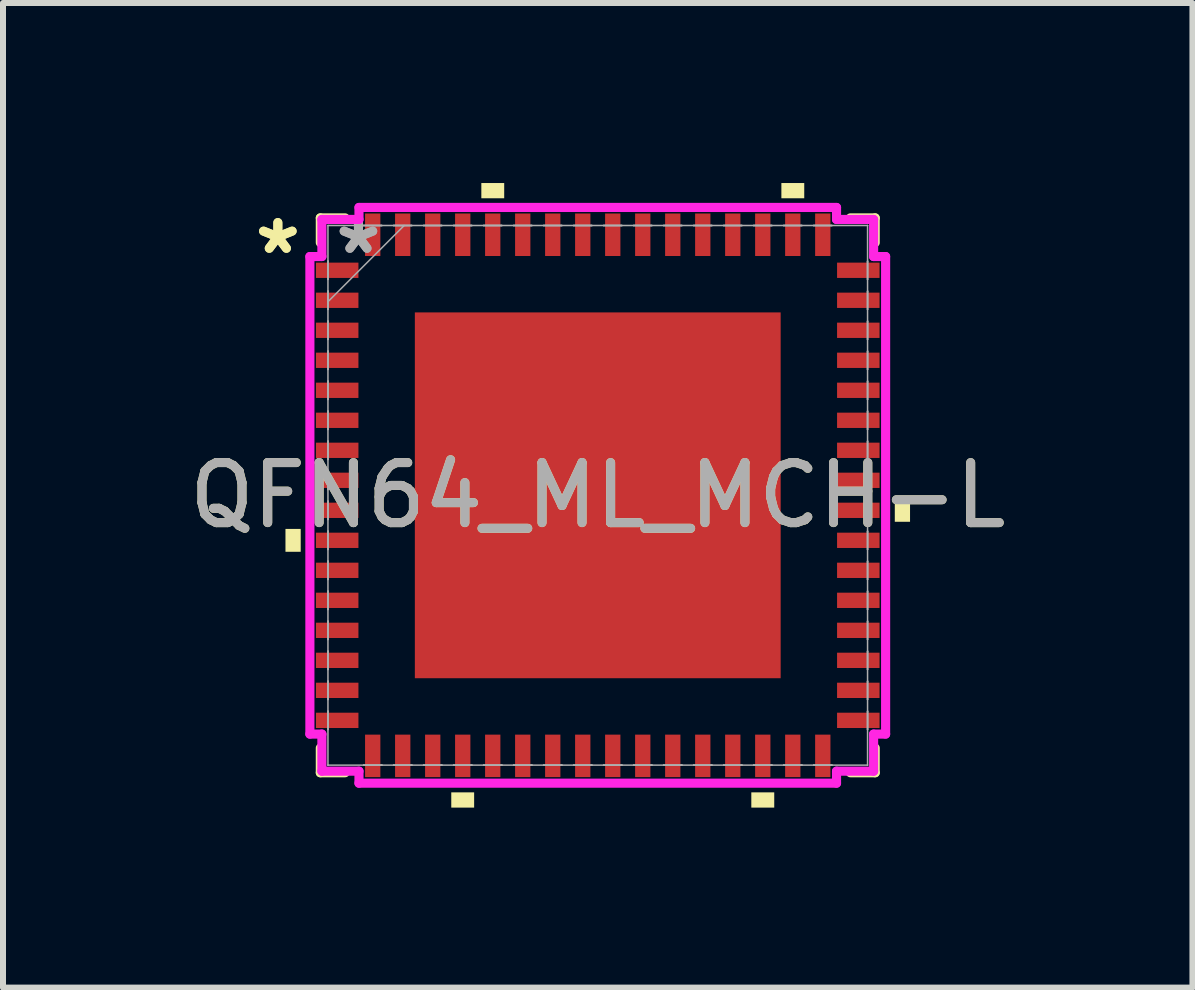
<source format=kicad_pcb>
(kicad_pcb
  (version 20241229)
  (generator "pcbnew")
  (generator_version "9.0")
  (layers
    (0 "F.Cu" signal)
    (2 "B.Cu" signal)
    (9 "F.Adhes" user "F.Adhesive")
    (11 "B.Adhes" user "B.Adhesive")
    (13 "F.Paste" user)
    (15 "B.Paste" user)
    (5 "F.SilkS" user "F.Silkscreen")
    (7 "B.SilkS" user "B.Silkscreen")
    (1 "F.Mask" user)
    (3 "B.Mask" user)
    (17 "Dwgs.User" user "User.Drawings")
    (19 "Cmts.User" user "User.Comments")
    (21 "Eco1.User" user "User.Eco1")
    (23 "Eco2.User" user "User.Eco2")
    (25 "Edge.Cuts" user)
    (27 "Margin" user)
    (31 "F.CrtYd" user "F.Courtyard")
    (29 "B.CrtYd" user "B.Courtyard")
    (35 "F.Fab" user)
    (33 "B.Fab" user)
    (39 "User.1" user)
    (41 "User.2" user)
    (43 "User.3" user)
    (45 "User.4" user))
  (footprint "QFN64_ML_MCH-L"
    (layer "F.Cu")
    (at 6.911 5.204)
    (property "Reference" "QFN64_ML_MCH-L" (at 0 0 0) (unlocked yes) (layer "F.SilkS") (effects (font (size 1 1) (thickness 0.15))))
    (attr smd)
    (fp_line (start -4.623 -4.623) (end -4.623 -4.21) (stroke (width 0.152) (type solid)) (layer "F.SilkS"))
    (fp_line (start -4.623 4.21) (end -4.623 4.623) (stroke (width 0.152) (type solid)) (layer "F.SilkS"))
    (fp_line (start -4.623 4.623) (end -4.21 4.623) (stroke (width 0.152) (type solid)) (layer "F.SilkS"))
    (fp_line (start -4.21 -4.623) (end -4.623 -4.623) (stroke (width 0.152) (type solid)) (layer "F.SilkS"))
    (fp_line (start 4.21 4.623) (end 4.623 4.623) (stroke (width 0.152) (type solid)) (layer "F.SilkS"))
    (fp_line (start 4.623 -4.623) (end 4.21 -4.623) (stroke (width 0.152) (type solid)) (layer "F.SilkS"))
    (fp_line (start 4.623 -4.21) (end 4.623 -4.623) (stroke (width 0.152) (type solid)) (layer "F.SilkS"))
    (fp_line (start 4.623 4.623) (end 4.623 4.21) (stroke (width 0.152) (type solid)) (layer "F.SilkS"))
    (fp_poly (pts (xy -5.204 0.56) (xy -5.204 0.941) (xy -4.95 0.941) (xy -4.95 0.56)) (stroke (width 0) (type solid)) (fill yes) (layer "F.SilkS"))
    (fp_poly (pts (xy -2.441 4.95) (xy -2.441 5.204) (xy -2.06 5.204) (xy -2.06 4.95)) (stroke (width 0) (type solid)) (fill yes) (layer "F.SilkS"))
    (fp_poly (pts (xy -1.94 -4.95) (xy -1.94 -5.204) (xy -1.559 -5.204) (xy -1.559 -4.95)) (stroke (width 0) (type solid)) (fill yes) (layer "F.SilkS"))
    (fp_poly (pts (xy 2.559 4.95) (xy 2.559 5.204) (xy 2.941 5.204) (xy 2.941 4.95)) (stroke (width 0) (type solid)) (fill yes) (layer "F.SilkS"))
    (fp_poly (pts (xy 3.06 -4.95) (xy 3.06 -5.204) (xy 3.441 -5.204) (xy 3.441 -4.95)) (stroke (width 0) (type solid)) (fill yes) (layer "F.SilkS"))
    (fp_poly (pts (xy 5.204 0.059) (xy 5.204 0.441) (xy 4.95 0.441) (xy 4.95 0.059)) (stroke (width 0) (type solid)) (fill yes) (layer "F.SilkS"))
    (fp_poly (pts (xy -2.948 -2.948) (xy -2.948 -1.624) (xy -1.624 -1.624) (xy -1.624 -2.948)) (stroke (width 0) (type solid)) (fill yes) (layer "F.Paste"))
    (fp_poly (pts (xy -2.948 -1.424) (xy -2.948 -0.1) (xy -1.624 -0.1) (xy -1.624 -1.424)) (stroke (width 0) (type solid)) (fill yes) (layer "F.Paste"))
    (fp_poly (pts (xy -2.948 0.1) (xy -2.948 1.424) (xy -1.624 1.424) (xy -1.624 0.1)) (stroke (width 0) (type solid)) (fill yes) (layer "F.Paste"))
    (fp_poly (pts (xy -2.948 1.624) (xy -2.948 2.948) (xy -1.624 2.948) (xy -1.624 1.624)) (stroke (width 0) (type solid)) (fill yes) (layer "F.Paste"))
    (fp_poly (pts (xy -1.424 -2.948) (xy -1.424 -1.624) (xy -0.1 -1.624) (xy -0.1 -2.948)) (stroke (width 0) (type solid)) (fill yes) (layer "F.Paste"))
    (fp_poly (pts (xy -1.424 -1.424) (xy -1.424 -0.1) (xy -0.1 -0.1) (xy -0.1 -1.424)) (stroke (width 0) (type solid)) (fill yes) (layer "F.Paste"))
    (fp_poly (pts (xy -1.424 0.1) (xy -1.424 1.424) (xy -0.1 1.424) (xy -0.1 0.1)) (stroke (width 0) (type solid)) (fill yes) (layer "F.Paste"))
    (fp_poly (pts (xy -1.424 1.624) (xy -1.424 2.948) (xy -0.1 2.948) (xy -0.1 1.624)) (stroke (width 0) (type solid)) (fill yes) (layer "F.Paste"))
    (fp_poly (pts (xy 0.1 -2.948) (xy 0.1 -1.624) (xy 1.424 -1.624) (xy 1.424 -2.948)) (stroke (width 0) (type solid)) (fill yes) (layer "F.Paste"))
    (fp_poly (pts (xy 0.1 -1.424) (xy 0.1 -0.1) (xy 1.424 -0.1) (xy 1.424 -1.424)) (stroke (width 0) (type solid)) (fill yes) (layer "F.Paste"))
    (fp_poly (pts (xy 0.1 0.1) (xy 0.1 1.424) (xy 1.424 1.424) (xy 1.424 0.1)) (stroke (width 0) (type solid)) (fill yes) (layer "F.Paste"))
    (fp_poly (pts (xy 0.1 1.624) (xy 0.1 2.948) (xy 1.424 2.948) (xy 1.424 1.624)) (stroke (width 0) (type solid)) (fill yes) (layer "F.Paste"))
    (fp_poly (pts (xy 1.624 -2.948) (xy 1.624 -1.624) (xy 2.948 -1.624) (xy 2.948 -2.948)) (stroke (width 0) (type solid)) (fill yes) (layer "F.Paste"))
    (fp_poly (pts (xy 1.624 -1.424) (xy 1.624 -0.1) (xy 2.948 -0.1) (xy 2.948 -1.424)) (stroke (width 0) (type solid)) (fill yes) (layer "F.Paste"))
    (fp_poly (pts (xy 1.624 0.1) (xy 1.624 1.424) (xy 2.948 1.424) (xy 2.948 0.1)) (stroke (width 0) (type solid)) (fill yes) (layer "F.Paste"))
    (fp_poly (pts (xy 1.624 1.624) (xy 1.624 2.948) (xy 2.948 2.948) (xy 2.948 1.624)) (stroke (width 0) (type solid)) (fill yes) (layer "F.Paste"))
    (fp_line (start -4.797 -3.979) (end -4.597 -3.979) (stroke (width 0.152) (type solid)) (layer "F.CrtYd"))
    (fp_line (start -4.797 3.979) (end -4.797 -3.979) (stroke (width 0.152) (type solid)) (layer "F.CrtYd"))
    (fp_line (start -4.597 -4.597) (end -3.979 -4.597) (stroke (width 0.152) (type solid)) (layer "F.CrtYd"))
    (fp_line (start -4.597 -3.979) (end -4.597 -4.597) (stroke (width 0.152) (type solid)) (layer "F.CrtYd"))
    (fp_line (start -4.597 3.979) (end -4.797 3.979) (stroke (width 0.152) (type solid)) (layer "F.CrtYd"))
    (fp_line (start -4.597 4.597) (end -4.597 3.979) (stroke (width 0.152) (type solid)) (layer "F.CrtYd"))
    (fp_line (start -3.979 -4.797) (end 3.979 -4.797) (stroke (width 0.152) (type solid)) (layer "F.CrtYd"))
    (fp_line (start -3.979 -4.597) (end -3.979 -4.797) (stroke (width 0.152) (type solid)) (layer "F.CrtYd"))
    (fp_line (start -3.979 4.597) (end -4.597 4.597) (stroke (width 0.152) (type solid)) (layer "F.CrtYd"))
    (fp_line (start -3.979 4.797) (end -3.979 4.597) (stroke (width 0.152) (type solid)) (layer "F.CrtYd"))
    (fp_line (start 3.979 -4.797) (end 3.979 -4.597) (stroke (width 0.152) (type solid)) (layer "F.CrtYd"))
    (fp_line (start 3.979 -4.597) (end 4.597 -4.597) (stroke (width 0.152) (type solid)) (layer "F.CrtYd"))
    (fp_line (start 3.979 4.597) (end 3.979 4.797) (stroke (width 0.152) (type solid)) (layer "F.CrtYd"))
    (fp_line (start 3.979 4.797) (end -3.979 4.797) (stroke (width 0.152) (type solid)) (layer "F.CrtYd"))
    (fp_line (start 4.597 -4.597) (end 4.597 -3.979) (stroke (width 0.152) (type solid)) (layer "F.CrtYd"))
    (fp_line (start 4.597 -3.979) (end 4.797 -3.979) (stroke (width 0.152) (type solid)) (layer "F.CrtYd"))
    (fp_line (start 4.597 3.979) (end 4.597 4.597) (stroke (width 0.152) (type solid)) (layer "F.CrtYd"))
    (fp_line (start 4.597 4.597) (end 3.979 4.597) (stroke (width 0.152) (type solid)) (layer "F.CrtYd"))
    (fp_line (start 4.797 -3.979) (end 4.797 3.979) (stroke (width 0.152) (type solid)) (layer "F.CrtYd"))
    (fp_line (start 4.797 3.979) (end 4.597 3.979) (stroke (width 0.152) (type solid)) (layer "F.CrtYd"))
    (fp_line (start -4.496 -4.496) (end -4.496 -4.496) (stroke (width 0.025) (type solid)) (layer "F.Fab"))
    (fp_line (start -4.496 -4.496) (end -4.496 4.496) (stroke (width 0.025) (type solid)) (layer "F.Fab"))
    (fp_line (start -4.496 -3.902) (end -4.496 -3.902) (stroke (width 0.025) (type solid)) (layer "F.Fab"))
    (fp_line (start -4.496 -3.902) (end -4.496 -3.598) (stroke (width 0.025) (type solid)) (layer "F.Fab"))
    (fp_line (start -4.496 -3.598) (end -4.496 -3.902) (stroke (width 0.025) (type solid)) (layer "F.Fab"))
    (fp_line (start -4.496 -3.598) (end -4.496 -3.598) (stroke (width 0.025) (type solid)) (layer "F.Fab"))
    (fp_line (start -4.496 -3.402) (end -4.496 -3.402) (stroke (width 0.025) (type solid)) (layer "F.Fab"))
    (fp_line (start -4.496 -3.402) (end -4.496 -3.098) (stroke (width 0.025) (type solid)) (layer "F.Fab"))
    (fp_line (start -4.496 -3.226) (end -3.226 -4.496) (stroke (width 0.025) (type solid)) (layer "F.Fab"))
    (fp_line (start -4.496 -3.098) (end -4.496 -3.402) (stroke (width 0.025) (type solid)) (layer "F.Fab"))
    (fp_line (start -4.496 -3.098) (end -4.496 -3.098) (stroke (width 0.025) (type solid)) (layer "F.Fab"))
    (fp_line (start -4.496 -2.902) (end -4.496 -2.902) (stroke (width 0.025) (type solid)) (layer "F.Fab"))
    (fp_line (start -4.496 -2.902) (end -4.496 -2.598) (stroke (width 0.025) (type solid)) (layer "F.Fab"))
    (fp_line (start -4.496 -2.598) (end -4.496 -2.902) (stroke (width 0.025) (type solid)) (layer "F.Fab"))
    (fp_line (start -4.496 -2.598) (end -4.496 -2.598) (stroke (width 0.025) (type solid)) (layer "F.Fab"))
    (fp_line (start -4.496 -2.402) (end -4.496 -2.402) (stroke (width 0.025) (type solid)) (layer "F.Fab"))
    (fp_line (start -4.496 -2.402) (end -4.496 -2.098) (stroke (width 0.025) (type solid)) (layer "F.Fab"))
    (fp_line (start -4.496 -2.098) (end -4.496 -2.402) (stroke (width 0.025) (type solid)) (layer "F.Fab"))
    (fp_line (start -4.496 -2.098) (end -4.496 -2.098) (stroke (width 0.025) (type solid)) (layer "F.Fab"))
    (fp_line (start -4.496 -1.902) (end -4.496 -1.902) (stroke (width 0.025) (type solid)) (layer "F.Fab"))
    (fp_line (start -4.496 -1.902) (end -4.496 -1.598) (stroke (width 0.025) (type solid)) (layer "F.Fab"))
    (fp_line (start -4.496 -1.598) (end -4.496 -1.902) (stroke (width 0.025) (type solid)) (layer "F.Fab"))
    (fp_line (start -4.496 -1.598) (end -4.496 -1.598) (stroke (width 0.025) (type solid)) (layer "F.Fab"))
    (fp_line (start -4.496 -1.402) (end -4.496 -1.402) (stroke (width 0.025) (type solid)) (layer "F.Fab"))
    (fp_line (start -4.496 -1.402) (end -4.496 -1.098) (stroke (width 0.025) (type solid)) (layer "F.Fab"))
    (fp_line (start -4.496 -1.098) (end -4.496 -1.402) (stroke (width 0.025) (type solid)) (layer "F.Fab"))
    (fp_line (start -4.496 -1.098) (end -4.496 -1.098) (stroke (width 0.025) (type solid)) (layer "F.Fab"))
    (fp_line (start -4.496 -0.902) (end -4.496 -0.902) (stroke (width 0.025) (type solid)) (layer "F.Fab"))
    (fp_line (start -4.496 -0.902) (end -4.496 -0.598) (stroke (width 0.025) (type solid)) (layer "F.Fab"))
    (fp_line (start -4.496 -0.598) (end -4.496 -0.902) (stroke (width 0.025) (type solid)) (layer "F.Fab"))
    (fp_line (start -4.496 -0.598) (end -4.496 -0.598) (stroke (width 0.025) (type solid)) (layer "F.Fab"))
    (fp_line (start -4.496 -0.402) (end -4.496 -0.402) (stroke (width 0.025) (type solid)) (layer "F.Fab"))
    (fp_line (start -4.496 -0.402) (end -4.496 -0.098) (stroke (width 0.025) (type solid)) (layer "F.Fab"))
    (fp_line (start -4.496 -0.098) (end -4.496 -0.402) (stroke (width 0.025) (type solid)) (layer "F.Fab"))
    (fp_line (start -4.496 -0.098) (end -4.496 -0.098) (stroke (width 0.025) (type solid)) (layer "F.Fab"))
    (fp_line (start -4.496 0.098) (end -4.496 0.098) (stroke (width 0.025) (type solid)) (layer "F.Fab"))
    (fp_line (start -4.496 0.098) (end -4.496 0.402) (stroke (width 0.025) (type solid)) (layer "F.Fab"))
    (fp_line (start -4.496 0.402) (end -4.496 0.098) (stroke (width 0.025) (type solid)) (layer "F.Fab"))
    (fp_line (start -4.496 0.402) (end -4.496 0.402) (stroke (width 0.025) (type solid)) (layer "F.Fab"))
    (fp_line (start -4.496 0.598) (end -4.496 0.598) (stroke (width 0.025) (type solid)) (layer "F.Fab"))
    (fp_line (start -4.496 0.598) (end -4.496 0.902) (stroke (width 0.025) (type solid)) (layer "F.Fab"))
    (fp_line (start -4.496 0.902) (end -4.496 0.598) (stroke (width 0.025) (type solid)) (layer "F.Fab"))
    (fp_line (start -4.496 0.902) (end -4.496 0.902) (stroke (width 0.025) (type solid)) (layer "F.Fab"))
    (fp_line (start -4.496 1.098) (end -4.496 1.098) (stroke (width 0.025) (type solid)) (layer "F.Fab"))
    (fp_line (start -4.496 1.098) (end -4.496 1.402) (stroke (width 0.025) (type solid)) (layer "F.Fab"))
    (fp_line (start -4.496 1.402) (end -4.496 1.098) (stroke (width 0.025) (type solid)) (layer "F.Fab"))
    (fp_line (start -4.496 1.402) (end -4.496 1.402) (stroke (width 0.025) (type solid)) (layer "F.Fab"))
    (fp_line (start -4.496 1.598) (end -4.496 1.598) (stroke (width 0.025) (type solid)) (layer "F.Fab"))
    (fp_line (start -4.496 1.598) (end -4.496 1.902) (stroke (width 0.025) (type solid)) (layer "F.Fab"))
    (fp_line (start -4.496 1.902) (end -4.496 1.598) (stroke (width 0.025) (type solid)) (layer "F.Fab"))
    (fp_line (start -4.496 1.902) (end -4.496 1.902) (stroke (width 0.025) (type solid)) (layer "F.Fab"))
    (fp_line (start -4.496 2.098) (end -4.496 2.098) (stroke (width 0.025) (type solid)) (layer "F.Fab"))
    (fp_line (start -4.496 2.098) (end -4.496 2.402) (stroke (width 0.025) (type solid)) (layer "F.Fab"))
    (fp_line (start -4.496 2.402) (end -4.496 2.098) (stroke (width 0.025) (type solid)) (layer "F.Fab"))
    (fp_line (start -4.496 2.402) (end -4.496 2.402) (stroke (width 0.025) (type solid)) (layer "F.Fab"))
    (fp_line (start -4.496 2.598) (end -4.496 2.598) (stroke (width 0.025) (type solid)) (layer "F.Fab"))
    (fp_line (start -4.496 2.598) (end -4.496 2.902) (stroke (width 0.025) (type solid)) (layer "F.Fab"))
    (fp_line (start -4.496 2.902) (end -4.496 2.598) (stroke (width 0.025) (type solid)) (layer "F.Fab"))
    (fp_line (start -4.496 2.902) (end -4.496 2.902) (stroke (width 0.025) (type solid)) (layer "F.Fab"))
    (fp_line (start -4.496 3.098) (end -4.496 3.098) (stroke (width 0.025) (type solid)) (layer "F.Fab"))
    (fp_line (start -4.496 3.098) (end -4.496 3.402) (stroke (width 0.025) (type solid)) (layer "F.Fab"))
    (fp_line (start -4.496 3.402) (end -4.496 3.098) (stroke (width 0.025) (type solid)) (layer "F.Fab"))
    (fp_line (start -4.496 3.402) (end -4.496 3.402) (stroke (width 0.025) (type solid)) (layer "F.Fab"))
    (fp_line (start -4.496 3.598) (end -4.496 3.598) (stroke (width 0.025) (type solid)) (layer "F.Fab"))
    (fp_line (start -4.496 3.598) (end -4.496 3.902) (stroke (width 0.025) (type solid)) (layer "F.Fab"))
    (fp_line (start -4.496 3.902) (end -4.496 3.598) (stroke (width 0.025) (type solid)) (layer "F.Fab"))
    (fp_line (start -4.496 3.902) (end -4.496 3.902) (stroke (width 0.025) (type solid)) (layer "F.Fab"))
    (fp_line (start -4.496 4.496) (end -4.496 4.496) (stroke (width 0.025) (type solid)) (layer "F.Fab"))
    (fp_line (start -4.496 4.496) (end 4.496 4.496) (stroke (width 0.025) (type solid)) (layer "F.Fab"))
    (fp_line (start -3.902 -4.496) (end -3.902 -4.496) (stroke (width 0.025) (type solid)) (layer "F.Fab"))
    (fp_line (start -3.902 -4.496) (end -3.598 -4.496) (stroke (width 0.025) (type solid)) (layer "F.Fab"))
    (fp_line (start -3.902 4.496) (end -3.902 4.496) (stroke (width 0.025) (type solid)) (layer "F.Fab"))
    (fp_line (start -3.902 4.496) (end -3.598 4.496) (stroke (width 0.025) (type solid)) (layer "F.Fab"))
    (fp_line (start -3.598 -4.496) (end -3.902 -4.496) (stroke (width 0.025) (type solid)) (layer "F.Fab"))
    (fp_line (start -3.598 -4.496) (end -3.598 -4.496) (stroke (width 0.025) (type solid)) (layer "F.Fab"))
    (fp_line (start -3.598 4.496) (end -3.902 4.496) (stroke (width 0.025) (type solid)) (layer "F.Fab"))
    (fp_line (start -3.598 4.496) (end -3.598 4.496) (stroke (width 0.025) (type solid)) (layer "F.Fab"))
    (fp_line (start -3.402 -4.496) (end -3.402 -4.496) (stroke (width 0.025) (type solid)) (layer "F.Fab"))
    (fp_line (start -3.402 -4.496) (end -3.098 -4.496) (stroke (width 0.025) (type solid)) (layer "F.Fab"))
    (fp_line (start -3.402 4.496) (end -3.402 4.496) (stroke (width 0.025) (type solid)) (layer "F.Fab"))
    (fp_line (start -3.402 4.496) (end -3.098 4.496) (stroke (width 0.025) (type solid)) (layer "F.Fab"))
    (fp_line (start -3.098 -4.496) (end -3.402 -4.496) (stroke (width 0.025) (type solid)) (layer "F.Fab"))
    (fp_line (start -3.098 -4.496) (end -3.098 -4.496) (stroke (width 0.025) (type solid)) (layer "F.Fab"))
    (fp_line (start -3.098 4.496) (end -3.402 4.496) (stroke (width 0.025) (type solid)) (layer "F.Fab"))
    (fp_line (start -3.098 4.496) (end -3.098 4.496) (stroke (width 0.025) (type solid)) (layer "F.Fab"))
    (fp_line (start -2.902 -4.496) (end -2.902 -4.496) (stroke (width 0.025) (type solid)) (layer "F.Fab"))
    (fp_line (start -2.902 -4.496) (end -2.598 -4.496) (stroke (width 0.025) (type solid)) (layer "F.Fab"))
    (fp_line (start -2.902 4.496) (end -2.902 4.496) (stroke (width 0.025) (type solid)) (layer "F.Fab"))
    (fp_line (start -2.902 4.496) (end -2.598 4.496) (stroke (width 0.025) (type solid)) (layer "F.Fab"))
    (fp_line (start -2.598 -4.496) (end -2.902 -4.496) (stroke (width 0.025) (type solid)) (layer "F.Fab"))
    (fp_line (start -2.598 -4.496) (end -2.598 -4.496) (stroke (width 0.025) (type solid)) (layer "F.Fab"))
    (fp_line (start -2.598 4.496) (end -2.902 4.496) (stroke (width 0.025) (type solid)) (layer "F.Fab"))
    (fp_line (start -2.598 4.496) (end -2.598 4.496) (stroke (width 0.025) (type solid)) (layer "F.Fab"))
    (fp_line (start -2.402 -4.496) (end -2.402 -4.496) (stroke (width 0.025) (type solid)) (layer "F.Fab"))
    (fp_line (start -2.402 -4.496) (end -2.098 -4.496) (stroke (width 0.025) (type solid)) (layer "F.Fab"))
    (fp_line (start -2.402 4.496) (end -2.402 4.496) (stroke (width 0.025) (type solid)) (layer "F.Fab"))
    (fp_line (start -2.402 4.496) (end -2.098 4.496) (stroke (width 0.025) (type solid)) (layer "F.Fab"))
    (fp_line (start -2.098 -4.496) (end -2.402 -4.496) (stroke (width 0.025) (type solid)) (layer "F.Fab"))
    (fp_line (start -2.098 -4.496) (end -2.098 -4.496) (stroke (width 0.025) (type solid)) (layer "F.Fab"))
    (fp_line (start -2.098 4.496) (end -2.402 4.496) (stroke (width 0.025) (type solid)) (layer "F.Fab"))
    (fp_line (start -2.098 4.496) (end -2.098 4.496) (stroke (width 0.025) (type solid)) (layer "F.Fab"))
    (fp_line (start -1.902 -4.496) (end -1.902 -4.496) (stroke (width 0.025) (type solid)) (layer "F.Fab"))
    (fp_line (start -1.902 -4.496) (end -1.598 -4.496) (stroke (width 0.025) (type solid)) (layer "F.Fab"))
    (fp_line (start -1.902 4.496) (end -1.902 4.496) (stroke (width 0.025) (type solid)) (layer "F.Fab"))
    (fp_line (start -1.902 4.496) (end -1.598 4.496) (stroke (width 0.025) (type solid)) (layer "F.Fab"))
    (fp_line (start -1.598 -4.496) (end -1.902 -4.496) (stroke (width 0.025) (type solid)) (layer "F.Fab"))
    (fp_line (start -1.598 -4.496) (end -1.598 -4.496) (stroke (width 0.025) (type solid)) (layer "F.Fab"))
    (fp_line (start -1.598 4.496) (end -1.902 4.496) (stroke (width 0.025) (type solid)) (layer "F.Fab"))
    (fp_line (start -1.598 4.496) (end -1.598 4.496) (stroke (width 0.025) (type solid)) (layer "F.Fab"))
    (fp_line (start -1.402 -4.496) (end -1.402 -4.496) (stroke (width 0.025) (type solid)) (layer "F.Fab"))
    (fp_line (start -1.402 -4.496) (end -1.098 -4.496) (stroke (width 0.025) (type solid)) (layer "F.Fab"))
    (fp_line (start -1.402 4.496) (end -1.402 4.496) (stroke (width 0.025) (type solid)) (layer "F.Fab"))
    (fp_line (start -1.402 4.496) (end -1.098 4.496) (stroke (width 0.025) (type solid)) (layer "F.Fab"))
    (fp_line (start -1.098 -4.496) (end -1.402 -4.496) (stroke (width 0.025) (type solid)) (layer "F.Fab"))
    (fp_line (start -1.098 -4.496) (end -1.098 -4.496) (stroke (width 0.025) (type solid)) (layer "F.Fab"))
    (fp_line (start -1.098 4.496) (end -1.402 4.496) (stroke (width 0.025) (type solid)) (layer "F.Fab"))
    (fp_line (start -1.098 4.496) (end -1.098 4.496) (stroke (width 0.025) (type solid)) (layer "F.Fab"))
    (fp_line (start -0.902 -4.496) (end -0.902 -4.496) (stroke (width 0.025) (type solid)) (layer "F.Fab"))
    (fp_line (start -0.902 -4.496) (end -0.598 -4.496) (stroke (width 0.025) (type solid)) (layer "F.Fab"))
    (fp_line (start -0.902 4.496) (end -0.902 4.496) (stroke (width 0.025) (type solid)) (layer "F.Fab"))
    (fp_line (start -0.902 4.496) (end -0.598 4.496) (stroke (width 0.025) (type solid)) (layer "F.Fab"))
    (fp_line (start -0.598 -4.496) (end -0.902 -4.496) (stroke (width 0.025) (type solid)) (layer "F.Fab"))
    (fp_line (start -0.598 -4.496) (end -0.598 -4.496) (stroke (width 0.025) (type solid)) (layer "F.Fab"))
    (fp_line (start -0.598 4.496) (end -0.902 4.496) (stroke (width 0.025) (type solid)) (layer "F.Fab"))
    (fp_line (start -0.598 4.496) (end -0.598 4.496) (stroke (width 0.025) (type solid)) (layer "F.Fab"))
    (fp_line (start -0.402 -4.496) (end -0.402 -4.496) (stroke (width 0.025) (type solid)) (layer "F.Fab"))
    (fp_line (start -0.402 -4.496) (end -0.098 -4.496) (stroke (width 0.025) (type solid)) (layer "F.Fab"))
    (fp_line (start -0.402 4.496) (end -0.402 4.496) (stroke (width 0.025) (type solid)) (layer "F.Fab"))
    (fp_line (start -0.402 4.496) (end -0.098 4.496) (stroke (width 0.025) (type solid)) (layer "F.Fab"))
    (fp_line (start -0.098 -4.496) (end -0.402 -4.496) (stroke (width 0.025) (type solid)) (layer "F.Fab"))
    (fp_line (start -0.098 -4.496) (end -0.098 -4.496) (stroke (width 0.025) (type solid)) (layer "F.Fab"))
    (fp_line (start -0.098 4.496) (end -0.402 4.496) (stroke (width 0.025) (type solid)) (layer "F.Fab"))
    (fp_line (start -0.098 4.496) (end -0.098 4.496) (stroke (width 0.025) (type solid)) (layer "F.Fab"))
    (fp_line (start 0.098 -4.496) (end 0.098 -4.496) (stroke (width 0.025) (type solid)) (layer "F.Fab"))
    (fp_line (start 0.098 -4.496) (end 0.402 -4.496) (stroke (width 0.025) (type solid)) (layer "F.Fab"))
    (fp_line (start 0.098 4.496) (end 0.098 4.496) (stroke (width 0.025) (type solid)) (layer "F.Fab"))
    (fp_line (start 0.098 4.496) (end 0.402 4.496) (stroke (width 0.025) (type solid)) (layer "F.Fab"))
    (fp_line (start 0.402 -4.496) (end 0.098 -4.496) (stroke (width 0.025) (type solid)) (layer "F.Fab"))
    (fp_line (start 0.402 -4.496) (end 0.402 -4.496) (stroke (width 0.025) (type solid)) (layer "F.Fab"))
    (fp_line (start 0.402 4.496) (end 0.098 4.496) (stroke (width 0.025) (type solid)) (layer "F.Fab"))
    (fp_line (start 0.402 4.496) (end 0.402 4.496) (stroke (width 0.025) (type solid)) (layer "F.Fab"))
    (fp_line (start 0.598 -4.496) (end 0.598 -4.496) (stroke (width 0.025) (type solid)) (layer "F.Fab"))
    (fp_line (start 0.598 -4.496) (end 0.902 -4.496) (stroke (width 0.025) (type solid)) (layer "F.Fab"))
    (fp_line (start 0.598 4.496) (end 0.598 4.496) (stroke (width 0.025) (type solid)) (layer "F.Fab"))
    (fp_line (start 0.598 4.496) (end 0.902 4.496) (stroke (width 0.025) (type solid)) (layer "F.Fab"))
    (fp_line (start 0.902 -4.496) (end 0.598 -4.496) (stroke (width 0.025) (type solid)) (layer "F.Fab"))
    (fp_line (start 0.902 -4.496) (end 0.902 -4.496) (stroke (width 0.025) (type solid)) (layer "F.Fab"))
    (fp_line (start 0.902 4.496) (end 0.598 4.496) (stroke (width 0.025) (type solid)) (layer "F.Fab"))
    (fp_line (start 0.902 4.496) (end 0.902 4.496) (stroke (width 0.025) (type solid)) (layer "F.Fab"))
    (fp_line (start 1.098 -4.496) (end 1.098 -4.496) (stroke (width 0.025) (type solid)) (layer "F.Fab"))
    (fp_line (start 1.098 -4.496) (end 1.402 -4.496) (stroke (width 0.025) (type solid)) (layer "F.Fab"))
    (fp_line (start 1.098 4.496) (end 1.098 4.496) (stroke (width 0.025) (type solid)) (layer "F.Fab"))
    (fp_line (start 1.098 4.496) (end 1.402 4.496) (stroke (width 0.025) (type solid)) (layer "F.Fab"))
    (fp_line (start 1.402 -4.496) (end 1.098 -4.496) (stroke (width 0.025) (type solid)) (layer "F.Fab"))
    (fp_line (start 1.402 -4.496) (end 1.402 -4.496) (stroke (width 0.025) (type solid)) (layer "F.Fab"))
    (fp_line (start 1.402 4.496) (end 1.098 4.496) (stroke (width 0.025) (type solid)) (layer "F.Fab"))
    (fp_line (start 1.402 4.496) (end 1.402 4.496) (stroke (width 0.025) (type solid)) (layer "F.Fab"))
    (fp_line (start 1.598 -4.496) (end 1.598 -4.496) (stroke (width 0.025) (type solid)) (layer "F.Fab"))
    (fp_line (start 1.598 -4.496) (end 1.902 -4.496) (stroke (width 0.025) (type solid)) (layer "F.Fab"))
    (fp_line (start 1.598 4.496) (end 1.598 4.496) (stroke (width 0.025) (type solid)) (layer "F.Fab"))
    (fp_line (start 1.598 4.496) (end 1.902 4.496) (stroke (width 0.025) (type solid)) (layer "F.Fab"))
    (fp_line (start 1.902 -4.496) (end 1.598 -4.496) (stroke (width 0.025) (type solid)) (layer "F.Fab"))
    (fp_line (start 1.902 -4.496) (end 1.902 -4.496) (stroke (width 0.025) (type solid)) (layer "F.Fab"))
    (fp_line (start 1.902 4.496) (end 1.598 4.496) (stroke (width 0.025) (type solid)) (layer "F.Fab"))
    (fp_line (start 1.902 4.496) (end 1.902 4.496) (stroke (width 0.025) (type solid)) (layer "F.Fab"))
    (fp_line (start 2.098 -4.496) (end 2.098 -4.496) (stroke (width 0.025) (type solid)) (layer "F.Fab"))
    (fp_line (start 2.098 -4.496) (end 2.402 -4.496) (stroke (width 0.025) (type solid)) (layer "F.Fab"))
    (fp_line (start 2.098 4.496) (end 2.098 4.496) (stroke (width 0.025) (type solid)) (layer "F.Fab"))
    (fp_line (start 2.098 4.496) (end 2.402 4.496) (stroke (width 0.025) (type solid)) (layer "F.Fab"))
    (fp_line (start 2.402 -4.496) (end 2.098 -4.496) (stroke (width 0.025) (type solid)) (layer "F.Fab"))
    (fp_line (start 2.402 -4.496) (end 2.402 -4.496) (stroke (width 0.025) (type solid)) (layer "F.Fab"))
    (fp_line (start 2.402 4.496) (end 2.098 4.496) (stroke (width 0.025) (type solid)) (layer "F.Fab"))
    (fp_line (start 2.402 4.496) (end 2.402 4.496) (stroke (width 0.025) (type solid)) (layer "F.Fab"))
    (fp_line (start 2.598 -4.496) (end 2.598 -4.496) (stroke (width 0.025) (type solid)) (layer "F.Fab"))
    (fp_line (start 2.598 -4.496) (end 2.902 -4.496) (stroke (width 0.025) (type solid)) (layer "F.Fab"))
    (fp_line (start 2.598 4.496) (end 2.598 4.496) (stroke (width 0.025) (type solid)) (layer "F.Fab"))
    (fp_line (start 2.598 4.496) (end 2.902 4.496) (stroke (width 0.025) (type solid)) (layer "F.Fab"))
    (fp_line (start 2.902 -4.496) (end 2.598 -4.496) (stroke (width 0.025) (type solid)) (layer "F.Fab"))
    (fp_line (start 2.902 -4.496) (end 2.902 -4.496) (stroke (width 0.025) (type solid)) (layer "F.Fab"))
    (fp_line (start 2.902 4.496) (end 2.598 4.496) (stroke (width 0.025) (type solid)) (layer "F.Fab"))
    (fp_line (start 2.902 4.496) (end 2.902 4.496) (stroke (width 0.025) (type solid)) (layer "F.Fab"))
    (fp_line (start 3.098 -4.496) (end 3.098 -4.496) (stroke (width 0.025) (type solid)) (layer "F.Fab"))
    (fp_line (start 3.098 -4.496) (end 3.402 -4.496) (stroke (width 0.025) (type solid)) (layer "F.Fab"))
    (fp_line (start 3.098 4.496) (end 3.098 4.496) (stroke (width 0.025) (type solid)) (layer "F.Fab"))
    (fp_line (start 3.098 4.496) (end 3.402 4.496) (stroke (width 0.025) (type solid)) (layer "F.Fab"))
    (fp_line (start 3.402 -4.496) (end 3.098 -4.496) (stroke (width 0.025) (type solid)) (layer "F.Fab"))
    (fp_line (start 3.402 -4.496) (end 3.402 -4.496) (stroke (width 0.025) (type solid)) (layer "F.Fab"))
    (fp_line (start 3.402 4.496) (end 3.098 4.496) (stroke (width 0.025) (type solid)) (layer "F.Fab"))
    (fp_line (start 3.402 4.496) (end 3.402 4.496) (stroke (width 0.025) (type solid)) (layer "F.Fab"))
    (fp_line (start 3.598 -4.496) (end 3.598 -4.496) (stroke (width 0.025) (type solid)) (layer "F.Fab"))
    (fp_line (start 3.598 -4.496) (end 3.902 -4.496) (stroke (width 0.025) (type solid)) (layer "F.Fab"))
    (fp_line (start 3.598 4.496) (end 3.598 4.496) (stroke (width 0.025) (type solid)) (layer "F.Fab"))
    (fp_line (start 3.598 4.496) (end 3.902 4.496) (stroke (width 0.025) (type solid)) (layer "F.Fab"))
    (fp_line (start 3.902 -4.496) (end 3.598 -4.496) (stroke (width 0.025) (type solid)) (layer "F.Fab"))
    (fp_line (start 3.902 -4.496) (end 3.902 -4.496) (stroke (width 0.025) (type solid)) (layer "F.Fab"))
    (fp_line (start 3.902 4.496) (end 3.598 4.496) (stroke (width 0.025) (type solid)) (layer "F.Fab"))
    (fp_line (start 3.902 4.496) (end 3.902 4.496) (stroke (width 0.025) (type solid)) (layer "F.Fab"))
    (fp_line (start 4.496 -4.496) (end -4.496 -4.496) (stroke (width 0.025) (type solid)) (layer "F.Fab"))
    (fp_line (start 4.496 -4.496) (end 4.496 -4.496) (stroke (width 0.025) (type solid)) (layer "F.Fab"))
    (fp_line (start 4.496 -3.902) (end 4.496 -3.902) (stroke (width 0.025) (type solid)) (layer "F.Fab"))
    (fp_line (start 4.496 -3.902) (end 4.496 -3.598) (stroke (width 0.025) (type solid)) (layer "F.Fab"))
    (fp_line (start 4.496 -3.598) (end 4.496 -3.902) (stroke (width 0.025) (type solid)) (layer "F.Fab"))
    (fp_line (start 4.496 -3.598) (end 4.496 -3.598) (stroke (width 0.025) (type solid)) (layer "F.Fab"))
    (fp_line (start 4.496 -3.402) (end 4.496 -3.402) (stroke (width 0.025) (type solid)) (layer "F.Fab"))
    (fp_line (start 4.496 -3.402) (end 4.496 -3.098) (stroke (width 0.025) (type solid)) (layer "F.Fab"))
    (fp_line (start 4.496 -3.098) (end 4.496 -3.402) (stroke (width 0.025) (type solid)) (layer "F.Fab"))
    (fp_line (start 4.496 -3.098) (end 4.496 -3.098) (stroke (width 0.025) (type solid)) (layer "F.Fab"))
    (fp_line (start 4.496 -2.902) (end 4.496 -2.902) (stroke (width 0.025) (type solid)) (layer "F.Fab"))
    (fp_line (start 4.496 -2.902) (end 4.496 -2.598) (stroke (width 0.025) (type solid)) (layer "F.Fab"))
    (fp_line (start 4.496 -2.598) (end 4.496 -2.902) (stroke (width 0.025) (type solid)) (layer "F.Fab"))
    (fp_line (start 4.496 -2.598) (end 4.496 -2.598) (stroke (width 0.025) (type solid)) (layer "F.Fab"))
    (fp_line (start 4.496 -2.402) (end 4.496 -2.402) (stroke (width 0.025) (type solid)) (layer "F.Fab"))
    (fp_line (start 4.496 -2.402) (end 4.496 -2.098) (stroke (width 0.025) (type solid)) (layer "F.Fab"))
    (fp_line (start 4.496 -2.098) (end 4.496 -2.402) (stroke (width 0.025) (type solid)) (layer "F.Fab"))
    (fp_line (start 4.496 -2.098) (end 4.496 -2.098) (stroke (width 0.025) (type solid)) (layer "F.Fab"))
    (fp_line (start 4.496 -1.902) (end 4.496 -1.902) (stroke (width 0.025) (type solid)) (layer "F.Fab"))
    (fp_line (start 4.496 -1.902) (end 4.496 -1.598) (stroke (width 0.025) (type solid)) (layer "F.Fab"))
    (fp_line (start 4.496 -1.598) (end 4.496 -1.902) (stroke (width 0.025) (type solid)) (layer "F.Fab"))
    (fp_line (start 4.496 -1.598) (end 4.496 -1.598) (stroke (width 0.025) (type solid)) (layer "F.Fab"))
    (fp_line (start 4.496 -1.402) (end 4.496 -1.402) (stroke (width 0.025) (type solid)) (layer "F.Fab"))
    (fp_line (start 4.496 -1.402) (end 4.496 -1.098) (stroke (width 0.025) (type solid)) (layer "F.Fab"))
    (fp_line (start 4.496 -1.098) (end 4.496 -1.402) (stroke (width 0.025) (type solid)) (layer "F.Fab"))
    (fp_line (start 4.496 -1.098) (end 4.496 -1.098) (stroke (width 0.025) (type solid)) (layer "F.Fab"))
    (fp_line (start 4.496 -0.902) (end 4.496 -0.902) (stroke (width 0.025) (type solid)) (layer "F.Fab"))
    (fp_line (start 4.496 -0.902) (end 4.496 -0.598) (stroke (width 0.025) (type solid)) (layer "F.Fab"))
    (fp_line (start 4.496 -0.598) (end 4.496 -0.902) (stroke (width 0.025) (type solid)) (layer "F.Fab"))
    (fp_line (start 4.496 -0.598) (end 4.496 -0.598) (stroke (width 0.025) (type solid)) (layer "F.Fab"))
    (fp_line (start 4.496 -0.402) (end 4.496 -0.402) (stroke (width 0.025) (type solid)) (layer "F.Fab"))
    (fp_line (start 4.496 -0.402) (end 4.496 -0.098) (stroke (width 0.025) (type solid)) (layer "F.Fab"))
    (fp_line (start 4.496 -0.098) (end 4.496 -0.402) (stroke (width 0.025) (type solid)) (layer "F.Fab"))
    (fp_line (start 4.496 -0.098) (end 4.496 -0.098) (stroke (width 0.025) (type solid)) (layer "F.Fab"))
    (fp_line (start 4.496 0.098) (end 4.496 0.098) (stroke (width 0.025) (type solid)) (layer "F.Fab"))
    (fp_line (start 4.496 0.098) (end 4.496 0.402) (stroke (width 0.025) (type solid)) (layer "F.Fab"))
    (fp_line (start 4.496 0.402) (end 4.496 0.098) (stroke (width 0.025) (type solid)) (layer "F.Fab"))
    (fp_line (start 4.496 0.402) (end 4.496 0.402) (stroke (width 0.025) (type solid)) (layer "F.Fab"))
    (fp_line (start 4.496 0.598) (end 4.496 0.598) (stroke (width 0.025) (type solid)) (layer "F.Fab"))
    (fp_line (start 4.496 0.598) (end 4.496 0.902) (stroke (width 0.025) (type solid)) (layer "F.Fab"))
    (fp_line (start 4.496 0.902) (end 4.496 0.598) (stroke (width 0.025) (type solid)) (layer "F.Fab"))
    (fp_line (start 4.496 0.902) (end 4.496 0.902) (stroke (width 0.025) (type solid)) (layer "F.Fab"))
    (fp_line (start 4.496 1.098) (end 4.496 1.098) (stroke (width 0.025) (type solid)) (layer "F.Fab"))
    (fp_line (start 4.496 1.098) (end 4.496 1.402) (stroke (width 0.025) (type solid)) (layer "F.Fab"))
    (fp_line (start 4.496 1.402) (end 4.496 1.098) (stroke (width 0.025) (type solid)) (layer "F.Fab"))
    (fp_line (start 4.496 1.402) (end 4.496 1.402) (stroke (width 0.025) (type solid)) (layer "F.Fab"))
    (fp_line (start 4.496 1.598) (end 4.496 1.598) (stroke (width 0.025) (type solid)) (layer "F.Fab"))
    (fp_line (start 4.496 1.598) (end 4.496 1.902) (stroke (width 0.025) (type solid)) (layer "F.Fab"))
    (fp_line (start 4.496 1.902) (end 4.496 1.598) (stroke (width 0.025) (type solid)) (layer "F.Fab"))
    (fp_line (start 4.496 1.902) (end 4.496 1.902) (stroke (width 0.025) (type solid)) (layer "F.Fab"))
    (fp_line (start 4.496 2.098) (end 4.496 2.098) (stroke (width 0.025) (type solid)) (layer "F.Fab"))
    (fp_line (start 4.496 2.098) (end 4.496 2.402) (stroke (width 0.025) (type solid)) (layer "F.Fab"))
    (fp_line (start 4.496 2.402) (end 4.496 2.098) (stroke (width 0.025) (type solid)) (layer "F.Fab"))
    (fp_line (start 4.496 2.402) (end 4.496 2.402) (stroke (width 0.025) (type solid)) (layer "F.Fab"))
    (fp_line (start 4.496 2.598) (end 4.496 2.598) (stroke (width 0.025) (type solid)) (layer "F.Fab"))
    (fp_line (start 4.496 2.598) (end 4.496 2.902) (stroke (width 0.025) (type solid)) (layer "F.Fab"))
    (fp_line (start 4.496 2.902) (end 4.496 2.598) (stroke (width 0.025) (type solid)) (layer "F.Fab"))
    (fp_line (start 4.496 2.902) (end 4.496 2.902) (stroke (width 0.025) (type solid)) (layer "F.Fab"))
    (fp_line (start 4.496 3.098) (end 4.496 3.098) (stroke (width 0.025) (type solid)) (layer "F.Fab"))
    (fp_line (start 4.496 3.098) (end 4.496 3.402) (stroke (width 0.025) (type solid)) (layer "F.Fab"))
    (fp_line (start 4.496 3.402) (end 4.496 3.098) (stroke (width 0.025) (type solid)) (layer "F.Fab"))
    (fp_line (start 4.496 3.402) (end 4.496 3.402) (stroke (width 0.025) (type solid)) (layer "F.Fab"))
    (fp_line (start 4.496 3.598) (end 4.496 3.598) (stroke (width 0.025) (type solid)) (layer "F.Fab"))
    (fp_line (start 4.496 3.598) (end 4.496 3.902) (stroke (width 0.025) (type solid)) (layer "F.Fab"))
    (fp_line (start 4.496 3.902) (end 4.496 3.598) (stroke (width 0.025) (type solid)) (layer "F.Fab"))
    (fp_line (start 4.496 3.902) (end 4.496 3.902) (stroke (width 0.025) (type solid)) (layer "F.Fab"))
    (fp_line (start 4.496 4.496) (end 4.496 -4.496) (stroke (width 0.025) (type solid)) (layer "F.Fab"))
    (fp_line (start 4.496 4.496) (end 4.496 4.496) (stroke (width 0.025) (type solid)) (layer "F.Fab"))
    (fp_text user "*" (at -5.331 -4 0) (unlocked yes) (layer "F.SilkS") (effects (font (size 1 1) (thickness 0.15))))
    (fp_text user "*" (at -5.331 -4 0) (layer "F.SilkS") (effects (font (size 1 1) (thickness 0.15))))
    (fp_text user "*" (at -3.988 -4 0) (layer "F.Fab") (effects (font (size 1 1) (thickness 0.15))))
    (fp_text user "${REFERENCE}" (at 0 0 0) (unlocked yes) (layer "F.Fab") (effects (font (size 1 1) (thickness 0.15))))
    (fp_text user "*" (at -3.988 -4 0) (unlocked yes) (layer "F.Fab") (effects (font (size 1 1) (thickness 0.15))))
    (pad "1" smd rect (at -4.342 -3.75 90) (size 0.255 0.708) (layers "F.Cu" "F.Mask" "F.Paste"))
    (pad "2" smd rect (at -4.342 -3.25 90) (size 0.255 0.708) (layers "F.Cu" "F.Mask" "F.Paste"))
    (pad "3" smd rect (at -4.342 -2.75 90) (size 0.255 0.708) (layers "F.Cu" "F.Mask" "F.Paste"))
    (pad "4" smd rect (at -4.342 -2.25 90) (size 0.255 0.708) (layers "F.Cu" "F.Mask" "F.Paste"))
    (pad "5" smd rect (at -4.342 -1.75 90) (size 0.255 0.708) (layers "F.Cu" "F.Mask" "F.Paste"))
    (pad "6" smd rect (at -4.342 -1.25 90) (size 0.255 0.708) (layers "F.Cu" "F.Mask" "F.Paste"))
    (pad "7" smd rect (at -4.342 -0.75 90) (size 0.255 0.708) (layers "F.Cu" "F.Mask" "F.Paste"))
    (pad "8" smd rect (at -4.342 -0.25 90) (size 0.255 0.708) (layers "F.Cu" "F.Mask" "F.Paste"))
    (pad "9" smd rect (at -4.342 0.25 90) (size 0.255 0.708) (layers "F.Cu" "F.Mask" "F.Paste"))
    (pad "10" smd rect (at -4.342 0.75 90) (size 0.255 0.708) (layers "F.Cu" "F.Mask" "F.Paste"))
    (pad "11" smd rect (at -4.342 1.25 90) (size 0.255 0.708) (layers "F.Cu" "F.Mask" "F.Paste"))
    (pad "12" smd rect (at -4.342 1.75 90) (size 0.255 0.708) (layers "F.Cu" "F.Mask" "F.Paste"))
    (pad "13" smd rect (at -4.342 2.25 90) (size 0.255 0.708) (layers "F.Cu" "F.Mask" "F.Paste"))
    (pad "14" smd rect (at -4.342 2.75 90) (size 0.255 0.708) (layers "F.Cu" "F.Mask" "F.Paste"))
    (pad "15" smd rect (at -4.342 3.25 90) (size 0.255 0.708) (layers "F.Cu" "F.Mask" "F.Paste"))
    (pad "16" smd rect (at -4.342 3.75 90) (size 0.255 0.708) (layers "F.Cu" "F.Mask" "F.Paste"))
    (pad "17" smd rect (at -3.75 4.342) (size 0.255 0.708) (layers "F.Cu" "F.Mask" "F.Paste"))
    (pad "18" smd rect (at -3.25 4.342) (size 0.255 0.708) (layers "F.Cu" "F.Mask" "F.Paste"))
    (pad "19" smd rect (at -2.75 4.342) (size 0.255 0.708) (layers "F.Cu" "F.Mask" "F.Paste"))
    (pad "20" smd rect (at -2.25 4.342) (size 0.255 0.708) (layers "F.Cu" "F.Mask" "F.Paste"))
    (pad "21" smd rect (at -1.75 4.342) (size 0.255 0.708) (layers "F.Cu" "F.Mask" "F.Paste"))
    (pad "22" smd rect (at -1.25 4.342) (size 0.255 0.708) (layers "F.Cu" "F.Mask" "F.Paste"))
    (pad "23" smd rect (at -0.75 4.342) (size 0.255 0.708) (layers "F.Cu" "F.Mask" "F.Paste"))
    (pad "24" smd rect (at -0.25 4.342) (size 0.255 0.708) (layers "F.Cu" "F.Mask" "F.Paste"))
    (pad "25" smd rect (at 0.25 4.342) (size 0.255 0.708) (layers "F.Cu" "F.Mask" "F.Paste"))
    (pad "26" smd rect (at 0.75 4.342) (size 0.255 0.708) (layers "F.Cu" "F.Mask" "F.Paste"))
    (pad "27" smd rect (at 1.25 4.342) (size 0.255 0.708) (layers "F.Cu" "F.Mask" "F.Paste"))
    (pad "28" smd rect (at 1.75 4.342) (size 0.255 0.708) (layers "F.Cu" "F.Mask" "F.Paste"))
    (pad "29" smd rect (at 2.25 4.342) (size 0.255 0.708) (layers "F.Cu" "F.Mask" "F.Paste"))
    (pad "30" smd rect (at 2.75 4.342) (size 0.255 0.708) (layers "F.Cu" "F.Mask" "F.Paste"))
    (pad "31" smd rect (at 3.25 4.342) (size 0.255 0.708) (layers "F.Cu" "F.Mask" "F.Paste"))
    (pad "32" smd rect (at 3.75 4.342) (size 0.255 0.708) (layers "F.Cu" "F.Mask" "F.Paste"))
    (pad "33" smd rect (at 4.342 3.75 90) (size 0.255 0.708) (layers "F.Cu" "F.Mask" "F.Paste"))
    (pad "34" smd rect (at 4.342 3.25 90) (size 0.255 0.708) (layers "F.Cu" "F.Mask" "F.Paste"))
    (pad "35" smd rect (at 4.342 2.75 90) (size 0.255 0.708) (layers "F.Cu" "F.Mask" "F.Paste"))
    (pad "36" smd rect (at 4.342 2.25 90) (size 0.255 0.708) (layers "F.Cu" "F.Mask" "F.Paste"))
    (pad "37" smd rect (at 4.342 1.75 90) (size 0.255 0.708) (layers "F.Cu" "F.Mask" "F.Paste"))
    (pad "38" smd rect (at 4.342 1.25 90) (size 0.255 0.708) (layers "F.Cu" "F.Mask" "F.Paste"))
    (pad "39" smd rect (at 4.342 0.75 90) (size 0.255 0.708) (layers "F.Cu" "F.Mask" "F.Paste"))
    (pad "40" smd rect (at 4.342 0.25 90) (size 0.255 0.708) (layers "F.Cu" "F.Mask" "F.Paste"))
    (pad "41" smd rect (at 4.342 -0.25 90) (size 0.255 0.708) (layers "F.Cu" "F.Mask" "F.Paste"))
    (pad "42" smd rect (at 4.342 -0.75 90) (size 0.255 0.708) (layers "F.Cu" "F.Mask" "F.Paste"))
    (pad "43" smd rect (at 4.342 -1.25 90) (size 0.255 0.708) (layers "F.Cu" "F.Mask" "F.Paste"))
    (pad "44" smd rect (at 4.342 -1.75 90) (size 0.255 0.708) (layers "F.Cu" "F.Mask" "F.Paste"))
    (pad "45" smd rect (at 4.342 -2.25 90) (size 0.255 0.708) (layers "F.Cu" "F.Mask" "F.Paste"))
    (pad "46" smd rect (at 4.342 -2.75 90) (size 0.255 0.708) (layers "F.Cu" "F.Mask" "F.Paste"))
    (pad "47" smd rect (at 4.342 -3.25 90) (size 0.255 0.708) (layers "F.Cu" "F.Mask" "F.Paste"))
    (pad "48" smd rect (at 4.342 -3.75 90) (size 0.255 0.708) (layers "F.Cu" "F.Mask" "F.Paste"))
    (pad "49" smd rect (at 3.75 -4.342) (size 0.255 0.708) (layers "F.Cu" "F.Mask" "F.Paste"))
    (pad "50" smd rect (at 3.25 -4.342) (size 0.255 0.708) (layers "F.Cu" "F.Mask" "F.Paste"))
    (pad "51" smd rect (at 2.75 -4.342) (size 0.255 0.708) (layers "F.Cu" "F.Mask" "F.Paste"))
    (pad "52" smd rect (at 2.25 -4.342) (size 0.255 0.708) (layers "F.Cu" "F.Mask" "F.Paste"))
    (pad "53" smd rect (at 1.75 -4.342) (size 0.255 0.708) (layers "F.Cu" "F.Mask" "F.Paste"))
    (pad "54" smd rect (at 1.25 -4.342) (size 0.255 0.708) (layers "F.Cu" "F.Mask" "F.Paste"))
    (pad "55" smd rect (at 0.75 -4.342) (size 0.255 0.708) (layers "F.Cu" "F.Mask" "F.Paste"))
    (pad "56" smd rect (at 0.25 -4.342) (size 0.255 0.708) (layers "F.Cu" "F.Mask" "F.Paste"))
    (pad "57" smd rect (at -0.25 -4.342) (size 0.255 0.708) (layers "F.Cu" "F.Mask" "F.Paste"))
    (pad "58" smd rect (at -0.75 -4.342) (size 0.255 0.708) (layers "F.Cu" "F.Mask" "F.Paste"))
    (pad "59" smd rect (at -1.25 -4.342) (size 0.255 0.708) (layers "F.Cu" "F.Mask" "F.Paste"))
    (pad "60" smd rect (at -1.75 -4.342) (size 0.255 0.708) (layers "F.Cu" "F.Mask" "F.Paste"))
    (pad "61" smd rect (at -2.25 -4.342) (size 0.255 0.708) (layers "F.Cu" "F.Mask" "F.Paste"))
    (pad "62" smd rect (at -2.75 -4.342) (size 0.255 0.708) (layers "F.Cu" "F.Mask" "F.Paste"))
    (pad "63" smd rect (at -3.25 -4.342) (size 0.255 0.708) (layers "F.Cu" "F.Mask" "F.Paste"))
    (pad "64" smd rect (at -3.75 -4.342) (size 0.255 0.708) (layers "F.Cu" "F.Mask" "F.Paste"))
    (pad "65" smd rect (at 0 0) (size 6.096 6.096) (layers "F.Cu" "F.Mask")))
  (gr_rect
    (start -3 -3)
    (end 16.821 13.408)
    (stroke (width 0.1) (type default))
    (fill no)
    (layer "Edge.Cuts")))
</source>
